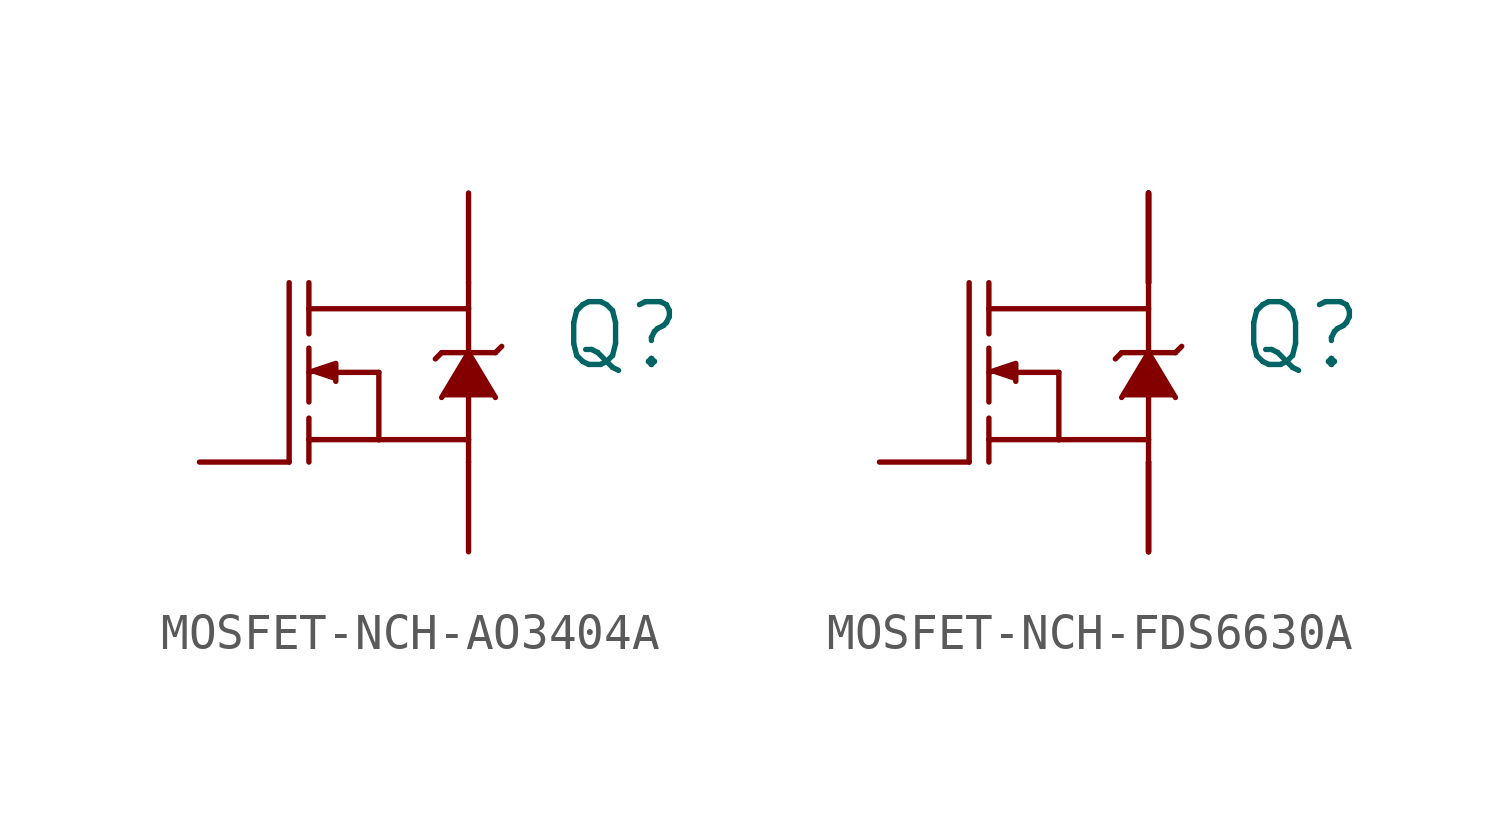
<source format=kicad_sym>
(kicad_symbol_lib
  (version 20231120)
  (generator "kicad_symbol_editor")
  (generator_version "8.0")
  (symbol "MOSFET-NCH-AO3404A"
    (property "Reference" "Q"
      (at 5.08 0 0)
      (effects (font (size 1.778 1.778)) (justify left bottom)))
    (property "Value" ""
      (at 5.08 -2.54 0)
      (effects (font (size 1.778 1.778)) (justify left bottom)))
    (property "ki_locked" ""
      (at 0 0 0)
      (effects (font (size 1.27 1.27))))
    (symbol "MOSFET-NCH-AO3404A_1_0"
      (polyline (pts (xy -2.54 -2.54) (xy -2.54 2.54)) (stroke (width 0.152) (type solid)) (fill (type none)))
      (polyline (pts (xy -1.981 -1.905) (xy -1.981 -2.54)) (stroke (width 0.152) (type solid)) (fill (type none)))
      (polyline (pts (xy -1.981 -1.905) (xy 0 -1.905)) (stroke (width 0.152) (type solid)) (fill (type none)))
      (polyline (pts (xy -1.981 -1.295) (xy -1.981 -1.905)) (stroke (width 0.152) (type solid)) (fill (type none)))
      (polyline (pts (xy -1.981 0.686) (xy -1.981 -0.838)) (stroke (width 0.152) (type solid)) (fill (type none)))
      (polyline (pts (xy -1.981 1.803) (xy -1.981 1.092)) (stroke (width 0.152) (type solid)) (fill (type none)))
      (polyline (pts (xy -1.981 1.803) (xy 2.54 1.803)) (stroke (width 0.152) (type solid)) (fill (type none)))
      (polyline (pts (xy -1.981 2.54) (xy -1.981 1.803)) (stroke (width 0.152) (type solid)) (fill (type none)))
      (polyline (pts (xy 0 -1.905) (xy 0 0)) (stroke (width 0.152) (type solid)) (fill (type none)))
      (polyline (pts (xy 0 0) (xy -1.219 0)) (stroke (width 0.152) (type solid)) (fill (type none)))
      (polyline (pts (xy 1.6 0.381) (xy 1.778 0.559)) (stroke (width 0.152) (type solid)) (fill (type none)))
      (polyline (pts (xy 2.54 -2.54) (xy 2.54 -1.905)) (stroke (width 0.152) (type solid)) (fill (type none)))
      (polyline (pts (xy 2.54 -1.905) (xy 0 -1.905)) (stroke (width 0.152) (type solid)) (fill (type none)))
      (polyline (pts (xy 2.54 -0.711) (xy 2.54 -1.905)) (stroke (width 0.152) (type solid)) (fill (type none)))
      (polyline (pts (xy 2.54 0.559) (xy 1.778 0.559)) (stroke (width 0.152) (type solid)) (fill (type none)))
      (polyline (pts (xy 2.54 0.559) (xy 3.302 0.559)) (stroke (width 0.152) (type solid)) (fill (type none)))
      (polyline (pts (xy 2.54 1.803) (xy 2.54 0.559)) (stroke (width 0.152) (type solid)) (fill (type none)))
      (polyline (pts (xy 2.54 2.54) (xy 2.54 1.803)) (stroke (width 0.152) (type solid)) (fill (type none)))
      (polyline (pts (xy 3.302 0.559) (xy 3.48 0.737)) (stroke (width 0.152) (type solid)) (fill (type none)))
      (polyline (pts (xy -1.981 0) (xy -1.219 0.254) (xy -1.219 -0.254)) (stroke (width 0.152) (type solid)) (fill (type outline)))
      (polyline (pts (xy 1.778 -0.711) (xy 2.54 0.559) (xy 3.302 -0.711)) (stroke (width 0.152) (type solid)) (fill (type outline)))
      (pin bidirectional line (at -5.08 -2.54 0) (length 2.54) (name "G" (effects (font (size 0 0)))) (number "1" (effects (font (size 0 0)))))
      (pin bidirectional line (at 2.54 -5.08 90) (length 2.54) (name "S" (effects (font (size 0 0)))) (number "2" (effects (font (size 0 0)))))
      (pin bidirectional line (at 2.54 5.08 270) (length 2.54) (name "D" (effects (font (size 0 0)))) (number "3" (effects (font (size 0 0)))))))
  (symbol "MOSFET-NCH-FDS6630A"
    (property "Reference" "Q"
      (at 5.08 0 0)
      (effects (font (size 1.778 1.778)) (justify left bottom)))
    (property "Value" ""
      (at 5.08 -2.54 0)
      (effects (font (size 1.778 1.778)) (justify left bottom)))
    (property "ki_locked" ""
      (at 0 0 0)
      (effects (font (size 1.27 1.27))))
    (symbol "MOSFET-NCH-FDS6630A_1_0"
      (polyline (pts (xy -2.54 -2.54) (xy -2.54 2.54)) (stroke (width 0.152) (type solid)) (fill (type none)))
      (polyline (pts (xy -1.981 -1.905) (xy -1.981 -2.54)) (stroke (width 0.152) (type solid)) (fill (type none)))
      (polyline (pts (xy -1.981 -1.905) (xy 0 -1.905)) (stroke (width 0.152) (type solid)) (fill (type none)))
      (polyline (pts (xy -1.981 -1.295) (xy -1.981 -1.905)) (stroke (width 0.152) (type solid)) (fill (type none)))
      (polyline (pts (xy -1.981 0.686) (xy -1.981 -0.838)) (stroke (width 0.152) (type solid)) (fill (type none)))
      (polyline (pts (xy -1.981 1.803) (xy -1.981 1.092)) (stroke (width 0.152) (type solid)) (fill (type none)))
      (polyline (pts (xy -1.981 1.803) (xy 2.54 1.803)) (stroke (width 0.152) (type solid)) (fill (type none)))
      (polyline (pts (xy -1.981 2.54) (xy -1.981 1.803)) (stroke (width 0.152) (type solid)) (fill (type none)))
      (polyline (pts (xy 0 -1.905) (xy 0 0)) (stroke (width 0.152) (type solid)) (fill (type none)))
      (polyline (pts (xy 0 0) (xy -1.219 0)) (stroke (width 0.152) (type solid)) (fill (type none)))
      (polyline (pts (xy 1.6 0.381) (xy 1.778 0.559)) (stroke (width 0.152) (type solid)) (fill (type none)))
      (polyline (pts (xy 2.54 -2.54) (xy 2.54 -1.905)) (stroke (width 0.152) (type solid)) (fill (type none)))
      (polyline (pts (xy 2.54 -1.905) (xy 0 -1.905)) (stroke (width 0.152) (type solid)) (fill (type none)))
      (polyline (pts (xy 2.54 -0.711) (xy 2.54 -1.905)) (stroke (width 0.152) (type solid)) (fill (type none)))
      (polyline (pts (xy 2.54 0.559) (xy 1.778 0.559)) (stroke (width 0.152) (type solid)) (fill (type none)))
      (polyline (pts (xy 2.54 0.559) (xy 3.302 0.559)) (stroke (width 0.152) (type solid)) (fill (type none)))
      (polyline (pts (xy 2.54 1.803) (xy 2.54 0.559)) (stroke (width 0.152) (type solid)) (fill (type none)))
      (polyline (pts (xy 2.54 2.54) (xy 2.54 1.803)) (stroke (width 0.152) (type solid)) (fill (type none)))
      (polyline (pts (xy 3.302 0.559) (xy 3.48 0.737)) (stroke (width 0.152) (type solid)) (fill (type none)))
      (polyline (pts (xy -1.981 0) (xy -1.219 0.254) (xy -1.219 -0.254)) (stroke (width 0.152) (type solid)) (fill (type outline)))
      (polyline (pts (xy 1.778 -0.711) (xy 2.54 0.559) (xy 3.302 -0.711)) (stroke (width 0.152) (type solid)) (fill (type outline)))
      (pin bidirectional line (at 2.54 -5.08 90) (length 2.54) (name "S" (effects (font (size 0 0)))) (number "1" (effects (font (size 0 0)))))
      (pin bidirectional line (at 2.54 -5.08 90) (length 2.54) (name "S" (effects (font (size 0 0)))) (number "2" (effects (font (size 0 0)))))
      (pin bidirectional line (at 2.54 -5.08 90) (length 2.54) (name "S" (effects (font (size 0 0)))) (number "3" (effects (font (size 0 0)))))
      (pin bidirectional line (at -5.08 -2.54 0) (length 2.54) (name "G" (effects (font (size 0 0)))) (number "4" (effects (font (size 0 0)))))
      (pin bidirectional line (at 2.54 5.08 270) (length 2.54) (name "D" (effects (font (size 0 0)))) (number "5" (effects (font (size 0 0)))))
      (pin bidirectional line (at 2.54 5.08 270) (length 2.54) (name "D" (effects (font (size 0 0)))) (number "6" (effects (font (size 0 0)))))
      (pin bidirectional line (at 2.54 5.08 270) (length 2.54) (name "D" (effects (font (size 0 0)))) (number "7" (effects (font (size 0 0)))))
      (pin bidirectional line (at 2.54 5.08 270) (length 2.54) (name "D" (effects (font (size 0 0)))) (number "8" (effects (font (size 0 0))))))))
</source>
